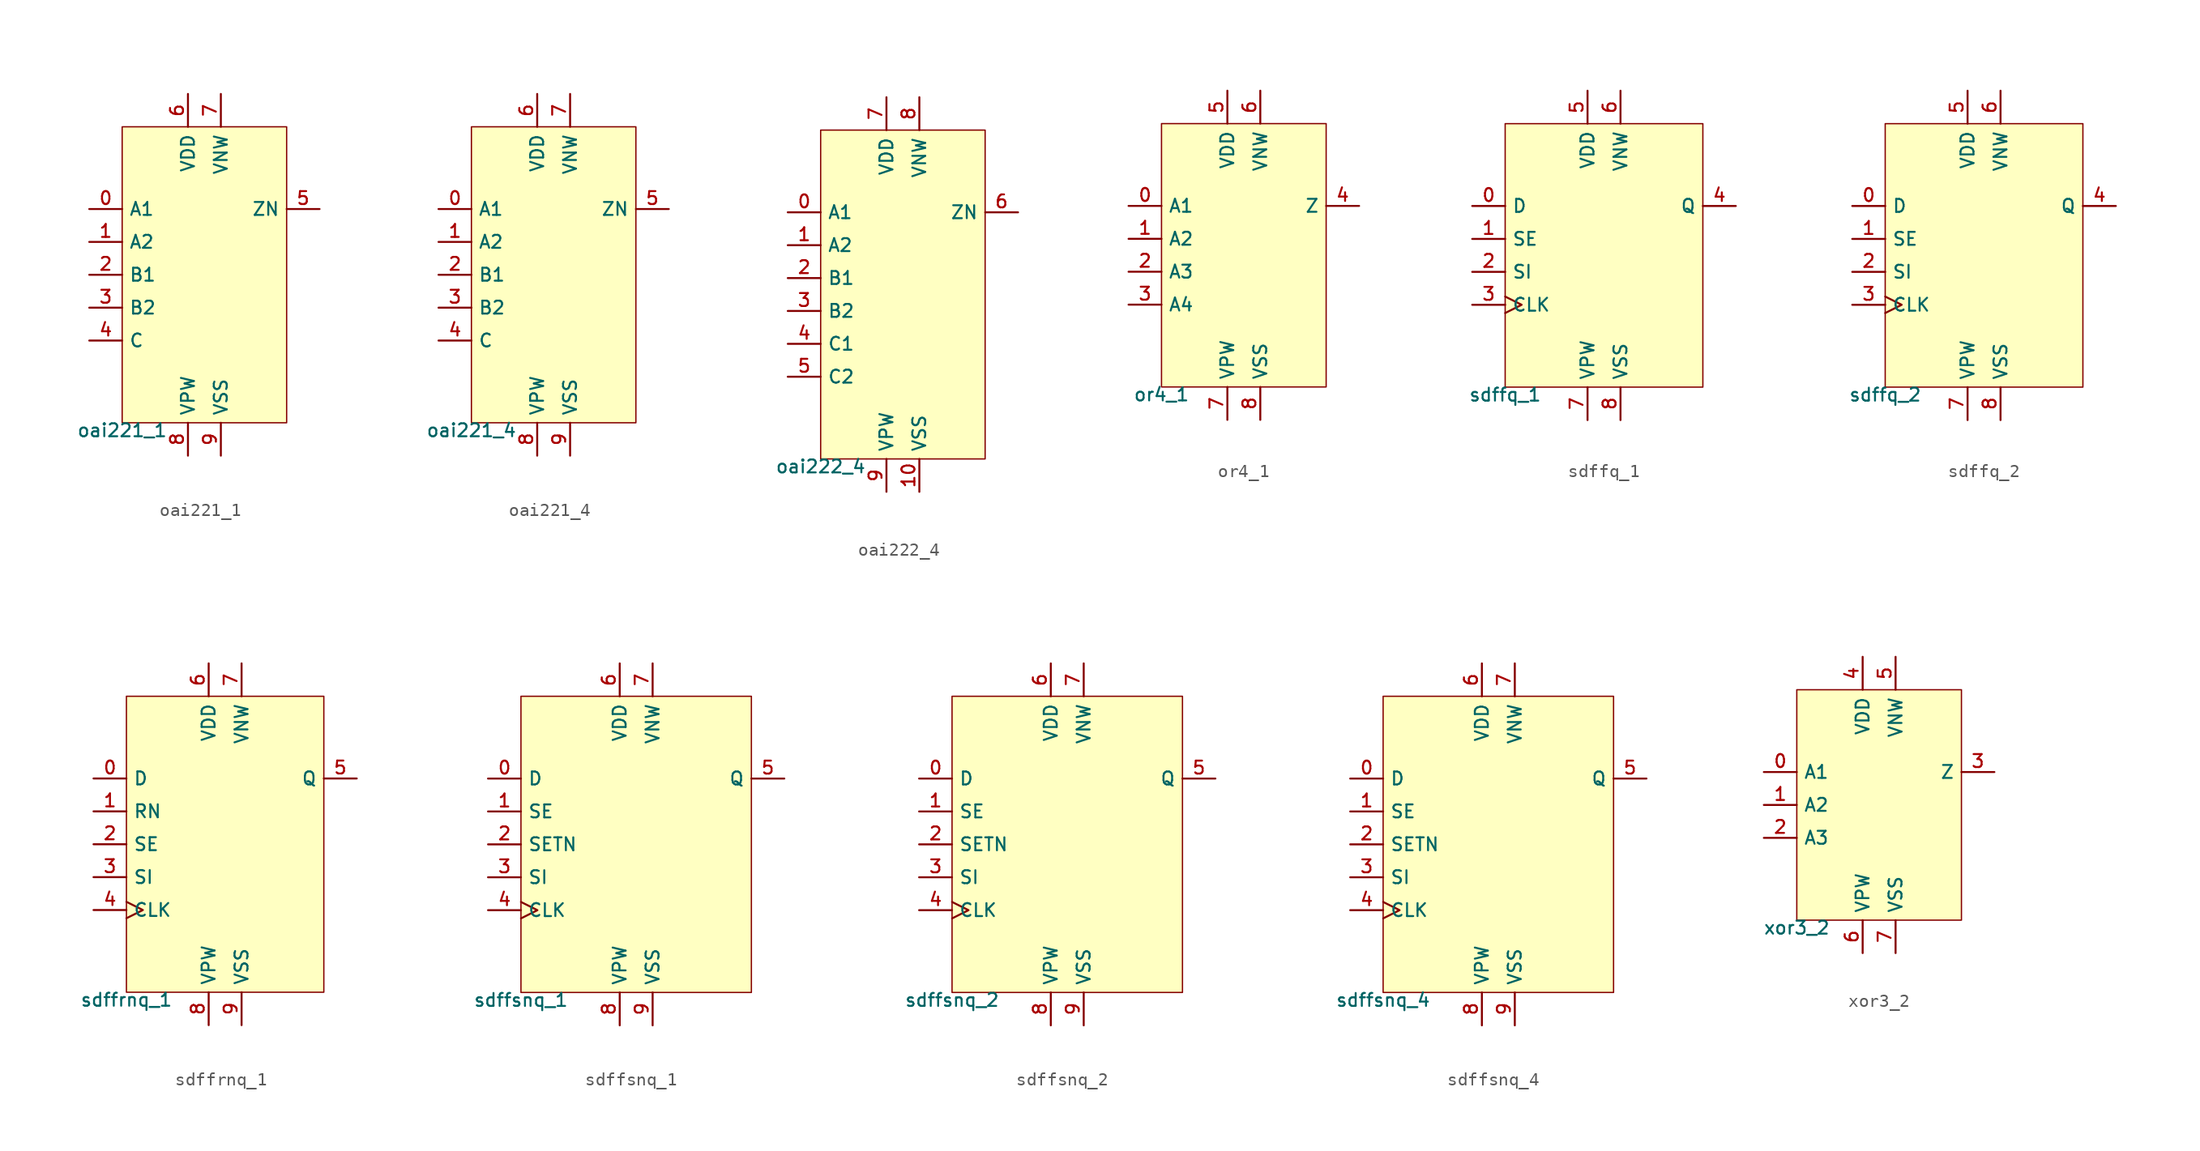
<source format=kicad_sym>
(kicad_symbol_lib
  (version 20211014)
  (generator pdk2kicad)
  (symbol "oai221_1"
    (property "Reference" "X"
      (at 0 0 0)
      (effects (font (size 1 1)) hide))
    (property "Value" "oai221_1"
      (at -6.35 -11.43 0)
      (effects (font (size 1 1)) (justify top)))
    (rectangle
      (start -6.35 -11.43)
      (end 6.35 11.43)
      (stroke (width 0.1) (type solid) (color 0 0 0 0))
      (fill (type background)))
    (pin input line
      (at -8.89 5.08 0)
      (length 2.54)
      (name "A1" (effects (font (size 1 1)) hide))
      (number "0" (effects (font (size 1 1)) hide)))
    (pin input line
      (at -8.89 2.54 0)
      (length 2.54)
      (name "A2" (effects (font (size 1 1)) hide))
      (number "1" (effects (font (size 1 1)) hide)))
    (pin input line
      (at -8.89 -4.440892098500626e-16 0)
      (length 2.54)
      (name "B1" (effects (font (size 1 1)) hide))
      (number "2" (effects (font (size 1 1)) hide)))
    (pin input line
      (at -8.89 -2.54 0)
      (length 2.54)
      (name "B2" (effects (font (size 1 1)) hide))
      (number "3" (effects (font (size 1 1)) hide)))
    (pin input line
      (at -8.89 -5.08 0)
      (length 2.54)
      (name "C" (effects (font (size 1 1)) hide))
      (number "4" (effects (font (size 1 1)) hide)))
    (pin output line
      (at 8.89 5.08 180)
      (length 2.54)
      (name "ZN" (effects (font (size 1 1)) hide))
      (number "5" (effects (font (size 1 1)) hide)))
    (pin power_in line
      (at -1.27 13.97 270)
      (length 2.54)
      (name "VDD" (effects (font (size 1 1)) hide))
      (number "6" (effects (font (size 1 1)) hide)))
    (pin power_in line
      (at 1.27 13.97 270)
      (length 2.54)
      (name "VNW" (effects (font (size 1 1)) hide))
      (number "7" (effects (font (size 1 1)) hide)))
    (pin power_in line
      (at -1.27 -13.97 90)
      (length 2.54)
      (name "VPW" (effects (font (size 1 1)) hide))
      (number "8" (effects (font (size 1 1)) hide)))
    (pin power_in line
      (at 1.27 -13.97 90)
      (length 2.54)
      (name "VSS" (effects (font (size 1 1)) hide))
      (number "9" (effects (font (size 1 1)) hide))))
  (symbol "oai221_4"
    (property "Reference" "X"
      (at 0 0 0)
      (effects (font (size 1 1)) hide))
    (property "Value" "oai221_4"
      (at -6.35 -11.43 0)
      (effects (font (size 1 1)) (justify top)))
    (rectangle
      (start -6.35 -11.43)
      (end 6.35 11.43)
      (stroke (width 0.1) (type solid) (color 0 0 0 0))
      (fill (type background)))
    (pin input line
      (at -8.89 5.08 0)
      (length 2.54)
      (name "A1" (effects (font (size 1 1)) hide))
      (number "0" (effects (font (size 1 1)) hide)))
    (pin input line
      (at -8.89 2.54 0)
      (length 2.54)
      (name "A2" (effects (font (size 1 1)) hide))
      (number "1" (effects (font (size 1 1)) hide)))
    (pin input line
      (at -8.89 -4.440892098500626e-16 0)
      (length 2.54)
      (name "B1" (effects (font (size 1 1)) hide))
      (number "2" (effects (font (size 1 1)) hide)))
    (pin input line
      (at -8.89 -2.54 0)
      (length 2.54)
      (name "B2" (effects (font (size 1 1)) hide))
      (number "3" (effects (font (size 1 1)) hide)))
    (pin input line
      (at -8.89 -5.08 0)
      (length 2.54)
      (name "C" (effects (font (size 1 1)) hide))
      (number "4" (effects (font (size 1 1)) hide)))
    (pin output line
      (at 8.89 5.08 180)
      (length 2.54)
      (name "ZN" (effects (font (size 1 1)) hide))
      (number "5" (effects (font (size 1 1)) hide)))
    (pin power_in line
      (at -1.27 13.97 270)
      (length 2.54)
      (name "VDD" (effects (font (size 1 1)) hide))
      (number "6" (effects (font (size 1 1)) hide)))
    (pin power_in line
      (at 1.27 13.97 270)
      (length 2.54)
      (name "VNW" (effects (font (size 1 1)) hide))
      (number "7" (effects (font (size 1 1)) hide)))
    (pin power_in line
      (at -1.27 -13.97 90)
      (length 2.54)
      (name "VPW" (effects (font (size 1 1)) hide))
      (number "8" (effects (font (size 1 1)) hide)))
    (pin power_in line
      (at 1.27 -13.97 90)
      (length 2.54)
      (name "VSS" (effects (font (size 1 1)) hide))
      (number "9" (effects (font (size 1 1)) hide))))
  (symbol "oai222_4"
    (property "Reference" "X"
      (at 0 0 0)
      (effects (font (size 1 1)) hide))
    (property "Value" "oai222_4"
      (at -6.35 -12.7 0)
      (effects (font (size 1 1)) (justify top)))
    (rectangle
      (start -6.35 -12.7)
      (end 6.35 12.7)
      (stroke (width 0.1) (type solid) (color 0 0 0 0))
      (fill (type background)))
    (pin input line
      (at -8.89 6.35 0)
      (length 2.54)
      (name "A1" (effects (font (size 1 1)) hide))
      (number "0" (effects (font (size 1 1)) hide)))
    (pin input line
      (at -8.89 3.81 0)
      (length 2.54)
      (name "A2" (effects (font (size 1 1)) hide))
      (number "1" (effects (font (size 1 1)) hide)))
    (pin input line
      (at -8.89 1.27 0)
      (length 2.54)
      (name "B1" (effects (font (size 1 1)) hide))
      (number "2" (effects (font (size 1 1)) hide)))
    (pin input line
      (at -8.89 -1.27 0)
      (length 2.54)
      (name "B2" (effects (font (size 1 1)) hide))
      (number "3" (effects (font (size 1 1)) hide)))
    (pin input line
      (at -8.89 -3.81 0)
      (length 2.54)
      (name "C1" (effects (font (size 1 1)) hide))
      (number "4" (effects (font (size 1 1)) hide)))
    (pin input line
      (at -8.89 -6.35 0)
      (length 2.54)
      (name "C2" (effects (font (size 1 1)) hide))
      (number "5" (effects (font (size 1 1)) hide)))
    (pin output line
      (at 8.89 6.35 180)
      (length 2.54)
      (name "ZN" (effects (font (size 1 1)) hide))
      (number "6" (effects (font (size 1 1)) hide)))
    (pin power_in line
      (at -1.27 15.24 270)
      (length 2.54)
      (name "VDD" (effects (font (size 1 1)) hide))
      (number "7" (effects (font (size 1 1)) hide)))
    (pin power_in line
      (at 1.27 15.24 270)
      (length 2.54)
      (name "VNW" (effects (font (size 1 1)) hide))
      (number "8" (effects (font (size 1 1)) hide)))
    (pin power_in line
      (at -1.27 -15.24 90)
      (length 2.54)
      (name "VPW" (effects (font (size 1 1)) hide))
      (number "9" (effects (font (size 1 1)) hide)))
    (pin power_in line
      (at 1.27 -15.24 90)
      (length 2.54)
      (name "VSS" (effects (font (size 1 1)) hide))
      (number "10" (effects (font (size 1 1)) hide))))
  (symbol "or4_1"
    (property "Reference" "X"
      (at 0 0 0)
      (effects (font (size 1 1)) hide))
    (property "Value" "or4_1"
      (at -6.35 -10.16 0)
      (effects (font (size 1 1)) (justify top)))
    (rectangle
      (start -6.35 -10.16)
      (end 6.35 10.16)
      (stroke (width 0.1) (type solid) (color 0 0 0 0))
      (fill (type background)))
    (pin input line
      (at -8.89 3.81 0)
      (length 2.54)
      (name "A1" (effects (font (size 1 1)) hide))
      (number "0" (effects (font (size 1 1)) hide)))
    (pin input line
      (at -8.89 1.27 0)
      (length 2.54)
      (name "A2" (effects (font (size 1 1)) hide))
      (number "1" (effects (font (size 1 1)) hide)))
    (pin input line
      (at -8.89 -1.27 0)
      (length 2.54)
      (name "A3" (effects (font (size 1 1)) hide))
      (number "2" (effects (font (size 1 1)) hide)))
    (pin input line
      (at -8.89 -3.81 0)
      (length 2.54)
      (name "A4" (effects (font (size 1 1)) hide))
      (number "3" (effects (font (size 1 1)) hide)))
    (pin output line
      (at 8.89 3.81 180)
      (length 2.54)
      (name "Z" (effects (font (size 1 1)) hide))
      (number "4" (effects (font (size 1 1)) hide)))
    (pin power_in line
      (at -1.27 12.7 270)
      (length 2.54)
      (name "VDD" (effects (font (size 1 1)) hide))
      (number "5" (effects (font (size 1 1)) hide)))
    (pin power_in line
      (at 1.27 12.7 270)
      (length 2.54)
      (name "VNW" (effects (font (size 1 1)) hide))
      (number "6" (effects (font (size 1 1)) hide)))
    (pin power_in line
      (at -1.27 -12.7 90)
      (length 2.54)
      (name "VPW" (effects (font (size 1 1)) hide))
      (number "7" (effects (font (size 1 1)) hide)))
    (pin power_in line
      (at 1.27 -12.7 90)
      (length 2.54)
      (name "VSS" (effects (font (size 1 1)) hide))
      (number "8" (effects (font (size 1 1)) hide))))
  (symbol "sdffq_1"
    (property "Reference" "X"
      (at 0 0 0)
      (effects (font (size 1 1)) hide))
    (property "Value" "sdffq_1"
      (at -7.62 -10.16 0)
      (effects (font (size 1 1)) (justify top)))
    (rectangle
      (start -7.62 -10.16)
      (end 7.62 10.16)
      (stroke (width 0.1) (type solid) (color 0 0 0 0))
      (fill (type background)))
    (pin input line
      (at -10.16 3.81 0)
      (length 2.54)
      (name "D" (effects (font (size 1 1)) hide))
      (number "0" (effects (font (size 1 1)) hide)))
    (pin input line
      (at -10.16 1.27 0)
      (length 2.54)
      (name "SE" (effects (font (size 1 1)) hide))
      (number "1" (effects (font (size 1 1)) hide)))
    (pin input line
      (at -10.16 -1.27 0)
      (length 2.54)
      (name "SI" (effects (font (size 1 1)) hide))
      (number "2" (effects (font (size 1 1)) hide)))
    (pin input clock
      (at -10.16 -3.81 0)
      (length 2.54)
      (name "CLK" (effects (font (size 1 1)) hide))
      (number "3" (effects (font (size 1 1)) hide)))
    (pin output line
      (at 10.16 3.81 180)
      (length 2.54)
      (name "Q" (effects (font (size 1 1)) hide))
      (number "4" (effects (font (size 1 1)) hide)))
    (pin power_in line
      (at -1.27 12.7 270)
      (length 2.54)
      (name "VDD" (effects (font (size 1 1)) hide))
      (number "5" (effects (font (size 1 1)) hide)))
    (pin power_in line
      (at 1.27 12.7 270)
      (length 2.54)
      (name "VNW" (effects (font (size 1 1)) hide))
      (number "6" (effects (font (size 1 1)) hide)))
    (pin power_in line
      (at -1.27 -12.7 90)
      (length 2.54)
      (name "VPW" (effects (font (size 1 1)) hide))
      (number "7" (effects (font (size 1 1)) hide)))
    (pin power_in line
      (at 1.27 -12.7 90)
      (length 2.54)
      (name "VSS" (effects (font (size 1 1)) hide))
      (number "8" (effects (font (size 1 1)) hide))))
  (symbol "sdffq_2"
    (property "Reference" "X"
      (at 0 0 0)
      (effects (font (size 1 1)) hide))
    (property "Value" "sdffq_2"
      (at -7.62 -10.16 0)
      (effects (font (size 1 1)) (justify top)))
    (rectangle
      (start -7.62 -10.16)
      (end 7.62 10.16)
      (stroke (width 0.1) (type solid) (color 0 0 0 0))
      (fill (type background)))
    (pin input line
      (at -10.16 3.81 0)
      (length 2.54)
      (name "D" (effects (font (size 1 1)) hide))
      (number "0" (effects (font (size 1 1)) hide)))
    (pin input line
      (at -10.16 1.27 0)
      (length 2.54)
      (name "SE" (effects (font (size 1 1)) hide))
      (number "1" (effects (font (size 1 1)) hide)))
    (pin input line
      (at -10.16 -1.27 0)
      (length 2.54)
      (name "SI" (effects (font (size 1 1)) hide))
      (number "2" (effects (font (size 1 1)) hide)))
    (pin input clock
      (at -10.16 -3.81 0)
      (length 2.54)
      (name "CLK" (effects (font (size 1 1)) hide))
      (number "3" (effects (font (size 1 1)) hide)))
    (pin output line
      (at 10.16 3.81 180)
      (length 2.54)
      (name "Q" (effects (font (size 1 1)) hide))
      (number "4" (effects (font (size 1 1)) hide)))
    (pin power_in line
      (at -1.27 12.7 270)
      (length 2.54)
      (name "VDD" (effects (font (size 1 1)) hide))
      (number "5" (effects (font (size 1 1)) hide)))
    (pin power_in line
      (at 1.27 12.7 270)
      (length 2.54)
      (name "VNW" (effects (font (size 1 1)) hide))
      (number "6" (effects (font (size 1 1)) hide)))
    (pin power_in line
      (at -1.27 -12.7 90)
      (length 2.54)
      (name "VPW" (effects (font (size 1 1)) hide))
      (number "7" (effects (font (size 1 1)) hide)))
    (pin power_in line
      (at 1.27 -12.7 90)
      (length 2.54)
      (name "VSS" (effects (font (size 1 1)) hide))
      (number "8" (effects (font (size 1 1)) hide))))
  (symbol "sdffrnq_1"
    (property "Reference" "X"
      (at 0 0 0)
      (effects (font (size 1 1)) hide))
    (property "Value" "sdffrnq_1"
      (at -7.62 -11.43 0)
      (effects (font (size 1 1)) (justify top)))
    (rectangle
      (start -7.62 -11.43)
      (end 7.62 11.43)
      (stroke (width 0.1) (type solid) (color 0 0 0 0))
      (fill (type background)))
    (pin input line
      (at -10.16 5.08 0)
      (length 2.54)
      (name "D" (effects (font (size 1 1)) hide))
      (number "0" (effects (font (size 1 1)) hide)))
    (pin input line
      (at -10.16 2.54 0)
      (length 2.54)
      (name "RN" (effects (font (size 1 1)) hide))
      (number "1" (effects (font (size 1 1)) hide)))
    (pin input line
      (at -10.16 -4.440892098500626e-16 0)
      (length 2.54)
      (name "SE" (effects (font (size 1 1)) hide))
      (number "2" (effects (font (size 1 1)) hide)))
    (pin input line
      (at -10.16 -2.54 0)
      (length 2.54)
      (name "SI" (effects (font (size 1 1)) hide))
      (number "3" (effects (font (size 1 1)) hide)))
    (pin input clock
      (at -10.16 -5.08 0)
      (length 2.54)
      (name "CLK" (effects (font (size 1 1)) hide))
      (number "4" (effects (font (size 1 1)) hide)))
    (pin output line
      (at 10.16 5.08 180)
      (length 2.54)
      (name "Q" (effects (font (size 1 1)) hide))
      (number "5" (effects (font (size 1 1)) hide)))
    (pin power_in line
      (at -1.27 13.97 270)
      (length 2.54)
      (name "VDD" (effects (font (size 1 1)) hide))
      (number "6" (effects (font (size 1 1)) hide)))
    (pin power_in line
      (at 1.27 13.97 270)
      (length 2.54)
      (name "VNW" (effects (font (size 1 1)) hide))
      (number "7" (effects (font (size 1 1)) hide)))
    (pin power_in line
      (at -1.27 -13.97 90)
      (length 2.54)
      (name "VPW" (effects (font (size 1 1)) hide))
      (number "8" (effects (font (size 1 1)) hide)))
    (pin power_in line
      (at 1.27 -13.97 90)
      (length 2.54)
      (name "VSS" (effects (font (size 1 1)) hide))
      (number "9" (effects (font (size 1 1)) hide))))
  (symbol "sdffsnq_1"
    (property "Reference" "X"
      (at 0 0 0)
      (effects (font (size 1 1)) hide))
    (property "Value" "sdffsnq_1"
      (at -8.89 -11.43 0)
      (effects (font (size 1 1)) (justify top)))
    (rectangle
      (start -8.89 -11.43)
      (end 8.89 11.43)
      (stroke (width 0.1) (type solid) (color 0 0 0 0))
      (fill (type background)))
    (pin input line
      (at -11.43 5.08 0)
      (length 2.54)
      (name "D" (effects (font (size 1 1)) hide))
      (number "0" (effects (font (size 1 1)) hide)))
    (pin input line
      (at -11.43 2.54 0)
      (length 2.54)
      (name "SE" (effects (font (size 1 1)) hide))
      (number "1" (effects (font (size 1 1)) hide)))
    (pin input line
      (at -11.43 -4.440892098500626e-16 0)
      (length 2.54)
      (name "SETN" (effects (font (size 1 1)) hide))
      (number "2" (effects (font (size 1 1)) hide)))
    (pin input line
      (at -11.43 -2.54 0)
      (length 2.54)
      (name "SI" (effects (font (size 1 1)) hide))
      (number "3" (effects (font (size 1 1)) hide)))
    (pin input clock
      (at -11.43 -5.08 0)
      (length 2.54)
      (name "CLK" (effects (font (size 1 1)) hide))
      (number "4" (effects (font (size 1 1)) hide)))
    (pin output line
      (at 11.43 5.08 180)
      (length 2.54)
      (name "Q" (effects (font (size 1 1)) hide))
      (number "5" (effects (font (size 1 1)) hide)))
    (pin power_in line
      (at -1.27 13.97 270)
      (length 2.54)
      (name "VDD" (effects (font (size 1 1)) hide))
      (number "6" (effects (font (size 1 1)) hide)))
    (pin power_in line
      (at 1.27 13.97 270)
      (length 2.54)
      (name "VNW" (effects (font (size 1 1)) hide))
      (number "7" (effects (font (size 1 1)) hide)))
    (pin power_in line
      (at -1.27 -13.97 90)
      (length 2.54)
      (name "VPW" (effects (font (size 1 1)) hide))
      (number "8" (effects (font (size 1 1)) hide)))
    (pin power_in line
      (at 1.27 -13.97 90)
      (length 2.54)
      (name "VSS" (effects (font (size 1 1)) hide))
      (number "9" (effects (font (size 1 1)) hide))))
  (symbol "sdffsnq_2"
    (property "Reference" "X"
      (at 0 0 0)
      (effects (font (size 1 1)) hide))
    (property "Value" "sdffsnq_2"
      (at -8.89 -11.43 0)
      (effects (font (size 1 1)) (justify top)))
    (rectangle
      (start -8.89 -11.43)
      (end 8.89 11.43)
      (stroke (width 0.1) (type solid) (color 0 0 0 0))
      (fill (type background)))
    (pin input line
      (at -11.43 5.08 0)
      (length 2.54)
      (name "D" (effects (font (size 1 1)) hide))
      (number "0" (effects (font (size 1 1)) hide)))
    (pin input line
      (at -11.43 2.54 0)
      (length 2.54)
      (name "SE" (effects (font (size 1 1)) hide))
      (number "1" (effects (font (size 1 1)) hide)))
    (pin input line
      (at -11.43 -4.440892098500626e-16 0)
      (length 2.54)
      (name "SETN" (effects (font (size 1 1)) hide))
      (number "2" (effects (font (size 1 1)) hide)))
    (pin input line
      (at -11.43 -2.54 0)
      (length 2.54)
      (name "SI" (effects (font (size 1 1)) hide))
      (number "3" (effects (font (size 1 1)) hide)))
    (pin input clock
      (at -11.43 -5.08 0)
      (length 2.54)
      (name "CLK" (effects (font (size 1 1)) hide))
      (number "4" (effects (font (size 1 1)) hide)))
    (pin output line
      (at 11.43 5.08 180)
      (length 2.54)
      (name "Q" (effects (font (size 1 1)) hide))
      (number "5" (effects (font (size 1 1)) hide)))
    (pin power_in line
      (at -1.27 13.97 270)
      (length 2.54)
      (name "VDD" (effects (font (size 1 1)) hide))
      (number "6" (effects (font (size 1 1)) hide)))
    (pin power_in line
      (at 1.27 13.97 270)
      (length 2.54)
      (name "VNW" (effects (font (size 1 1)) hide))
      (number "7" (effects (font (size 1 1)) hide)))
    (pin power_in line
      (at -1.27 -13.97 90)
      (length 2.54)
      (name "VPW" (effects (font (size 1 1)) hide))
      (number "8" (effects (font (size 1 1)) hide)))
    (pin power_in line
      (at 1.27 -13.97 90)
      (length 2.54)
      (name "VSS" (effects (font (size 1 1)) hide))
      (number "9" (effects (font (size 1 1)) hide))))
  (symbol "sdffsnq_4"
    (property "Reference" "X"
      (at 0 0 0)
      (effects (font (size 1 1)) hide))
    (property "Value" "sdffsnq_4"
      (at -8.89 -11.43 0)
      (effects (font (size 1 1)) (justify top)))
    (rectangle
      (start -8.89 -11.43)
      (end 8.89 11.43)
      (stroke (width 0.1) (type solid) (color 0 0 0 0))
      (fill (type background)))
    (pin input line
      (at -11.43 5.08 0)
      (length 2.54)
      (name "D" (effects (font (size 1 1)) hide))
      (number "0" (effects (font (size 1 1)) hide)))
    (pin input line
      (at -11.43 2.54 0)
      (length 2.54)
      (name "SE" (effects (font (size 1 1)) hide))
      (number "1" (effects (font (size 1 1)) hide)))
    (pin input line
      (at -11.43 -4.440892098500626e-16 0)
      (length 2.54)
      (name "SETN" (effects (font (size 1 1)) hide))
      (number "2" (effects (font (size 1 1)) hide)))
    (pin input line
      (at -11.43 -2.54 0)
      (length 2.54)
      (name "SI" (effects (font (size 1 1)) hide))
      (number "3" (effects (font (size 1 1)) hide)))
    (pin input clock
      (at -11.43 -5.08 0)
      (length 2.54)
      (name "CLK" (effects (font (size 1 1)) hide))
      (number "4" (effects (font (size 1 1)) hide)))
    (pin output line
      (at 11.43 5.08 180)
      (length 2.54)
      (name "Q" (effects (font (size 1 1)) hide))
      (number "5" (effects (font (size 1 1)) hide)))
    (pin power_in line
      (at -1.27 13.97 270)
      (length 2.54)
      (name "VDD" (effects (font (size 1 1)) hide))
      (number "6" (effects (font (size 1 1)) hide)))
    (pin power_in line
      (at 1.27 13.97 270)
      (length 2.54)
      (name "VNW" (effects (font (size 1 1)) hide))
      (number "7" (effects (font (size 1 1)) hide)))
    (pin power_in line
      (at -1.27 -13.97 90)
      (length 2.54)
      (name "VPW" (effects (font (size 1 1)) hide))
      (number "8" (effects (font (size 1 1)) hide)))
    (pin power_in line
      (at 1.27 -13.97 90)
      (length 2.54)
      (name "VSS" (effects (font (size 1 1)) hide))
      (number "9" (effects (font (size 1 1)) hide))))
  (symbol "xor3_2"
    (property "Reference" "X"
      (at 0 0 0)
      (effects (font (size 1 1)) hide))
    (property "Value" "xor3_2"
      (at -6.35 -8.89 0)
      (effects (font (size 1 1)) (justify top)))
    (rectangle
      (start -6.35 -8.89)
      (end 6.35 8.89)
      (stroke (width 0.1) (type solid) (color 0 0 0 0))
      (fill (type background)))
    (pin input line
      (at -8.89 2.54 0)
      (length 2.54)
      (name "A1" (effects (font (size 1 1)) hide))
      (number "0" (effects (font (size 1 1)) hide)))
    (pin input line
      (at -8.89 4.440892098500626e-16 0)
      (length 2.54)
      (name "A2" (effects (font (size 1 1)) hide))
      (number "1" (effects (font (size 1 1)) hide)))
    (pin input line
      (at -8.89 -2.54 0)
      (length 2.54)
      (name "A3" (effects (font (size 1 1)) hide))
      (number "2" (effects (font (size 1 1)) hide)))
    (pin output line
      (at 8.89 2.54 180)
      (length 2.54)
      (name "Z" (effects (font (size 1 1)) hide))
      (number "3" (effects (font (size 1 1)) hide)))
    (pin power_in line
      (at -1.27 11.43 270)
      (length 2.54)
      (name "VDD" (effects (font (size 1 1)) hide))
      (number "4" (effects (font (size 1 1)) hide)))
    (pin power_in line
      (at 1.27 11.43 270)
      (length 2.54)
      (name "VNW" (effects (font (size 1 1)) hide))
      (number "5" (effects (font (size 1 1)) hide)))
    (pin power_in line
      (at -1.27 -11.43 90)
      (length 2.54)
      (name "VPW" (effects (font (size 1 1)) hide))
      (number "6" (effects (font (size 1 1)) hide)))
    (pin power_in line
      (at 1.27 -11.43 90)
      (length 2.54)
      (name "VSS" (effects (font (size 1 1)) hide))
      (number "7" (effects (font (size 1 1)) hide)))))
</source>
